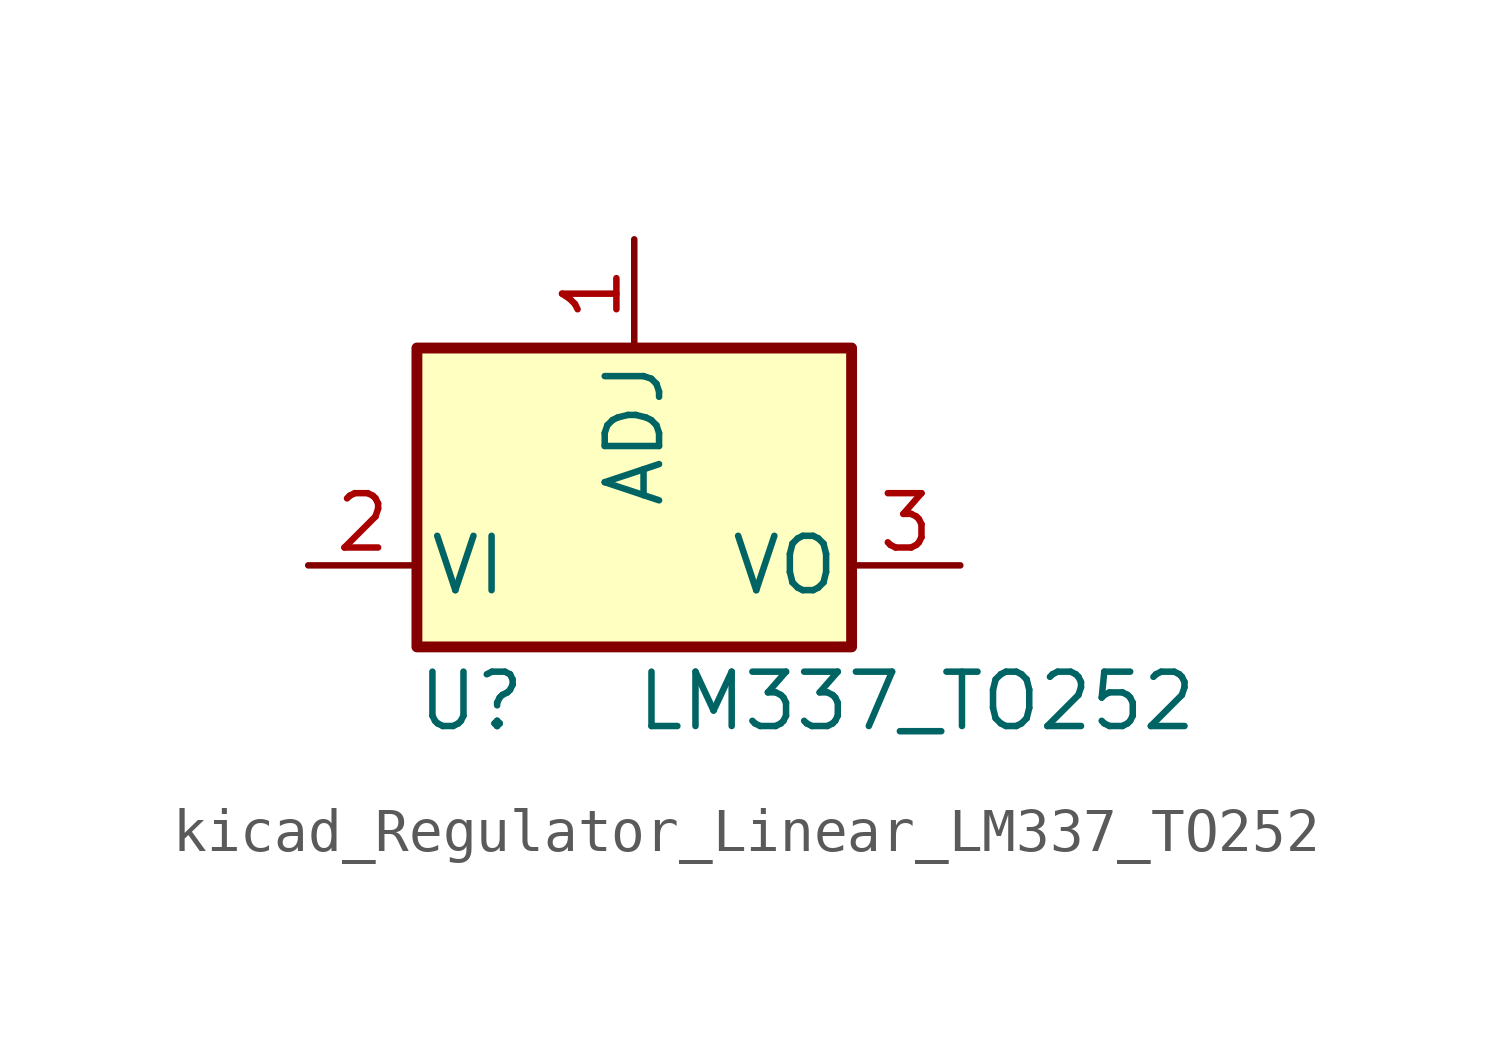
<source format=kicad_sym>
(kicad_symbol_lib
  (version 20220914)
  (generator kicad_symbol_editor)
  (symbol "kicad_Regulator_Linear_LM337_TO252"
    (pin_names
      (offset 0.254))
    (property "Reference" "U"
      (at -3.81 -3.175 0)
      (effects (font (size 1.27 1.27))))
    (property "Value" "LM337_TO252"
      (at 0 -3.175 0)
      (effects (font (size 1.27 1.27)) (justify left)))
    (symbol "kicad_Regulator_Linear_LM337_TO252_0_1"
      (rectangle (start -5.08 5.08) (end 5.08 -1.905) (stroke (width 0.254) (type default)) (fill (type background))))
    (symbol "kicad_Regulator_Linear_LM337_TO252_1_1"
      (pin input line (at 0 7.62 270) (length 2.54) (name "ADJ" (effects (font (size 1.27 1.27)))) (number "1" (effects (font (size 1.27 1.27)))))
      (pin power_in line (at -7.62 0 0) (length 2.54) (name "VI" (effects (font (size 1.27 1.27)))) (number "2" (effects (font (size 1.27 1.27)))))
      (pin power_out line (at 7.62 0 180) (length 2.54) (name "VO" (effects (font (size 1.27 1.27)))) (number "3" (effects (font (size 1.27 1.27))))))))
</source>
